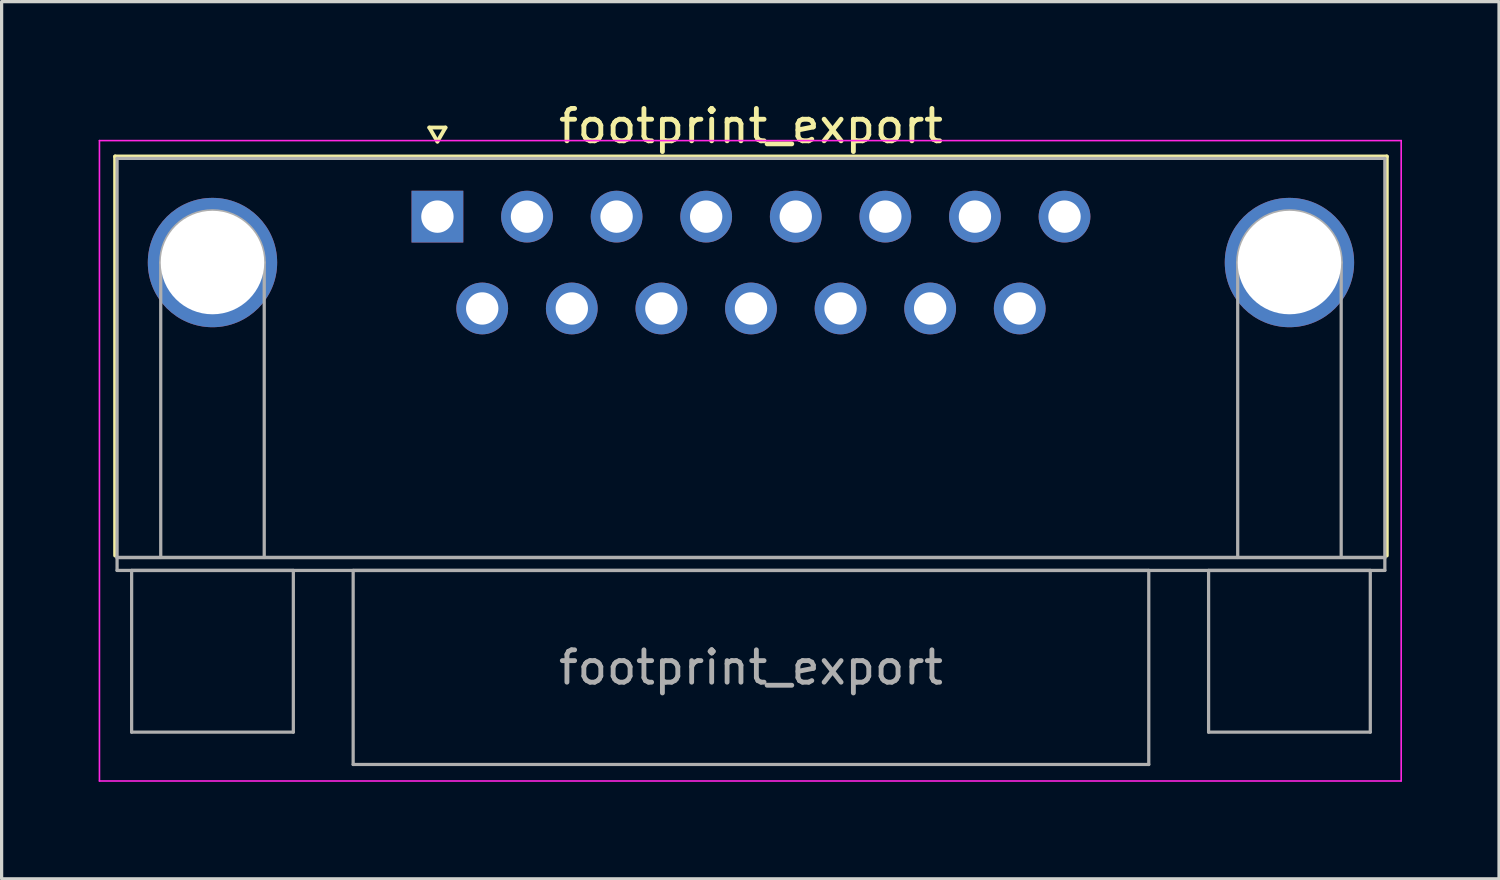
<source format=kicad_pcb>
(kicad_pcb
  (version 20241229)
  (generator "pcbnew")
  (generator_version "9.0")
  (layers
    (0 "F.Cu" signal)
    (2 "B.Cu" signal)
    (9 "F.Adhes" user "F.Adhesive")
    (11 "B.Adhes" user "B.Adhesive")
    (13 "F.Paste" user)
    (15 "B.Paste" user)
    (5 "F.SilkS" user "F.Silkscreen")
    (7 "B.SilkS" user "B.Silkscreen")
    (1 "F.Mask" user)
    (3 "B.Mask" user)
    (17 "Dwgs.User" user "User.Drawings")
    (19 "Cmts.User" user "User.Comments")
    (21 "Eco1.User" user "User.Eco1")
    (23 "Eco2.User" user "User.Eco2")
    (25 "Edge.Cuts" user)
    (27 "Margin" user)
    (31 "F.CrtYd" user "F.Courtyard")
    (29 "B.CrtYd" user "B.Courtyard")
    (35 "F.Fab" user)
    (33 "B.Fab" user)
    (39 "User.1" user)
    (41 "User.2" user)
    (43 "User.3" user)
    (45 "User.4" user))
  (footprint "footprint_export"
    (layer "F.Cu")
    (at 10.475 3.648)
    (property "Reference" "footprint_export" (at 9.695 -2.8 0) (layer "F.SilkS") (effects (font (size 1 1) (thickness 0.15))))
    (attr through_hole)
    (fp_line (start -9.965 -1.86) (end 29.355 -1.86) (stroke (width 0.12) (type solid)) (layer "F.SilkS"))
    (fp_line (start -9.965 10.48) (end -9.965 -1.86) (stroke (width 0.12) (type solid)) (layer "F.SilkS"))
    (fp_line (start -0.25 -2.754) (end 0.25 -2.754) (stroke (width 0.12) (type solid)) (layer "F.SilkS"))
    (fp_line (start 0 -2.321) (end -0.25 -2.754) (stroke (width 0.12) (type solid)) (layer "F.SilkS"))
    (fp_line (start 0.25 -2.754) (end 0 -2.321) (stroke (width 0.12) (type solid)) (layer "F.SilkS"))
    (fp_line (start 29.355 -1.86) (end 29.355 10.48) (stroke (width 0.12) (type solid)) (layer "F.SilkS"))
    (fp_line (start -10.45 -2.35) (end -10.45 17.45) (stroke (width 0.05) (type solid)) (layer "F.CrtYd"))
    (fp_line (start -10.45 17.45) (end 29.8 17.45) (stroke (width 0.05) (type solid)) (layer "F.CrtYd"))
    (fp_line (start 29.8 -2.35) (end -10.45 -2.35) (stroke (width 0.05) (type solid)) (layer "F.CrtYd"))
    (fp_line (start 29.8 17.45) (end 29.8 -2.35) (stroke (width 0.05) (type solid)) (layer "F.CrtYd"))
    (fp_line (start -9.905 -1.8) (end -9.905 10.54) (stroke (width 0.1) (type solid)) (layer "F.Fab"))
    (fp_line (start -9.905 10.54) (end -9.905 10.94) (stroke (width 0.1) (type solid)) (layer "F.Fab"))
    (fp_line (start -9.905 10.54) (end 29.295 10.54) (stroke (width 0.1) (type solid)) (layer "F.Fab"))
    (fp_line (start -9.905 10.94) (end 29.295 10.94) (stroke (width 0.1) (type solid)) (layer "F.Fab"))
    (fp_line (start -9.455 10.94) (end -9.455 15.94) (stroke (width 0.1) (type solid)) (layer "F.Fab"))
    (fp_line (start -9.455 15.94) (end -4.455 15.94) (stroke (width 0.1) (type solid)) (layer "F.Fab"))
    (fp_line (start -8.555 10.54) (end -8.555 1.42) (stroke (width 0.1) (type solid)) (layer "F.Fab"))
    (fp_line (start -5.355 10.54) (end -5.355 1.42) (stroke (width 0.1) (type solid)) (layer "F.Fab"))
    (fp_line (start -4.455 10.94) (end -9.455 10.94) (stroke (width 0.1) (type solid)) (layer "F.Fab"))
    (fp_line (start -4.455 15.94) (end -4.455 10.94) (stroke (width 0.1) (type solid)) (layer "F.Fab"))
    (fp_line (start -2.605 10.94) (end -2.605 16.94) (stroke (width 0.1) (type solid)) (layer "F.Fab"))
    (fp_line (start -2.605 16.94) (end 21.995 16.94) (stroke (width 0.1) (type solid)) (layer "F.Fab"))
    (fp_line (start 21.995 10.94) (end -2.605 10.94) (stroke (width 0.1) (type solid)) (layer "F.Fab"))
    (fp_line (start 21.995 16.94) (end 21.995 10.94) (stroke (width 0.1) (type solid)) (layer "F.Fab"))
    (fp_line (start 23.845 10.94) (end 23.845 15.94) (stroke (width 0.1) (type solid)) (layer "F.Fab"))
    (fp_line (start 23.845 15.94) (end 28.845 15.94) (stroke (width 0.1) (type solid)) (layer "F.Fab"))
    (fp_line (start 24.745 10.54) (end 24.745 1.42) (stroke (width 0.1) (type solid)) (layer "F.Fab"))
    (fp_line (start 27.945 10.54) (end 27.945 1.42) (stroke (width 0.1) (type solid)) (layer "F.Fab"))
    (fp_line (start 28.845 10.94) (end 23.845 10.94) (stroke (width 0.1) (type solid)) (layer "F.Fab"))
    (fp_line (start 28.845 15.94) (end 28.845 10.94) (stroke (width 0.1) (type solid)) (layer "F.Fab"))
    (fp_line (start 29.295 -1.8) (end -9.905 -1.8) (stroke (width 0.1) (type solid)) (layer "F.Fab"))
    (fp_line (start 29.295 10.54) (end -9.905 10.54) (stroke (width 0.1) (type solid)) (layer "F.Fab"))
    (fp_line (start 29.295 10.54) (end 29.295 -1.8) (stroke (width 0.1) (type solid)) (layer "F.Fab"))
    (fp_line (start 29.295 10.94) (end 29.295 10.54) (stroke (width 0.1) (type solid)) (layer "F.Fab"))
    (fp_arc (start -8.555 1.42) (mid -6.955 -0.18) (end -5.355 1.42) (stroke (width 0.1) (type solid)) (layer "F.Fab"))
    (fp_arc (start 24.745 1.42) (mid 26.345 -0.18) (end 27.945 1.42) (stroke (width 0.1) (type solid)) (layer "F.Fab"))
    (fp_text user "${REFERENCE}" (at 9.695 13.94 0) (layer "F.Fab") (effects (font (size 1 1) (thickness 0.15))))
    (pad "0" thru_hole circle (at -6.955 1.42) (size 4 4) (drill 3.2) (layers "*.Cu" "*.Mask"))
    (pad "0" thru_hole circle (at 26.345 1.42) (size 4 4) (drill 3.2) (layers "*.Cu" "*.Mask"))
    (pad "1" thru_hole rect (at 0 0) (size 1.6 1.6) (drill 1) (layers "*.Cu" "*.Mask"))
    (pad "2" thru_hole circle (at 2.77 0) (size 1.6 1.6) (drill 1) (layers "*.Cu" "*.Mask"))
    (pad "3" thru_hole circle (at 5.54 0) (size 1.6 1.6) (drill 1) (layers "*.Cu" "*.Mask"))
    (pad "4" thru_hole circle (at 8.31 0) (size 1.6 1.6) (drill 1) (layers "*.Cu" "*.Mask"))
    (pad "5" thru_hole circle (at 11.08 0) (size 1.6 1.6) (drill 1) (layers "*.Cu" "*.Mask"))
    (pad "6" thru_hole circle (at 13.85 0) (size 1.6 1.6) (drill 1) (layers "*.Cu" "*.Mask"))
    (pad "7" thru_hole circle (at 16.62 0) (size 1.6 1.6) (drill 1) (layers "*.Cu" "*.Mask"))
    (pad "8" thru_hole circle (at 19.39 0) (size 1.6 1.6) (drill 1) (layers "*.Cu" "*.Mask"))
    (pad "9" thru_hole circle (at 1.385 2.84) (size 1.6 1.6) (drill 1) (layers "*.Cu" "*.Mask"))
    (pad "10" thru_hole circle (at 4.155 2.84) (size 1.6 1.6) (drill 1) (layers "*.Cu" "*.Mask"))
    (pad "11" thru_hole circle (at 6.925 2.84) (size 1.6 1.6) (drill 1) (layers "*.Cu" "*.Mask"))
    (pad "12" thru_hole circle (at 9.695 2.84) (size 1.6 1.6) (drill 1) (layers "*.Cu" "*.Mask"))
    (pad "13" thru_hole circle (at 12.465 2.84) (size 1.6 1.6) (drill 1) (layers "*.Cu" "*.Mask"))
    (pad "14" thru_hole circle (at 15.235 2.84) (size 1.6 1.6) (drill 1) (layers "*.Cu" "*.Mask"))
    (pad "15" thru_hole circle (at 18.005 2.84) (size 1.6 1.6) (drill 1) (layers "*.Cu" "*.Mask")))
  (gr_rect
    (start -3 -3)
    (end 43.3 24.123)
    (stroke (width 0.1) (type default))
    (fill no)
    (layer "Edge.Cuts")))
</source>
